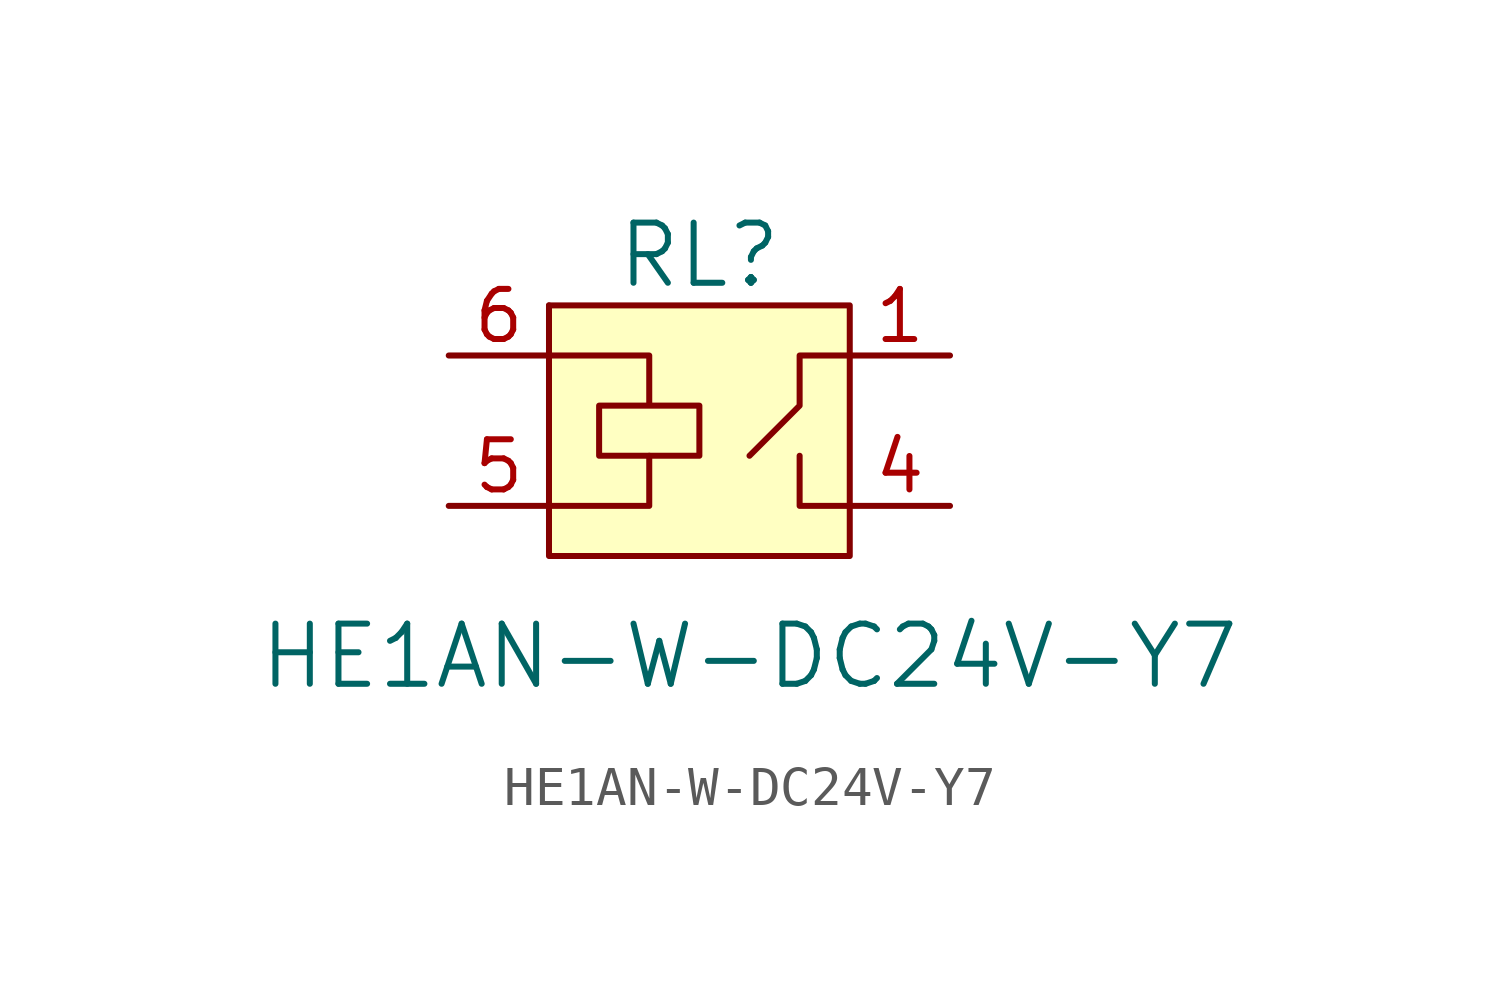
<source format=kicad_sym>
(kicad_symbol_lib
  (version 20231120)
  (generator "kicad_symbol_editor")
  (generator_version "8.0")
  (symbol "HE1AN-W-DC24V-Y7"
    (pin_names
      (offset 1.016))
    (property "Reference" "RL"
      (at 0 9.525 0)
      (effects (font (size 1.524 1.524))))
    (property "Value" "HE1AN-W-DC24V-Y7"
      (at 1.27 -0.635 0)
      (effects (font (size 1.524 1.524))))
    (symbol "HE1AN-W-DC24V-Y7_0_1"
      (rectangle (start -3.81 8.255) (end -3.81 8.255) (stroke (width 0) (type default)) (fill (type none)))
      (rectangle (start -3.81 8.255) (end 3.81 1.905) (stroke (width 0) (type default)) (fill (type background)))
      (polyline (pts (xy -1.27 4.445) (xy -1.27 3.175) (xy -3.81 3.175)) (stroke (width 0) (type default)) (fill (type none)))
      (polyline (pts (xy 2.54 4.445) (xy 2.54 3.175) (xy 3.81 3.175)) (stroke (width 0) (type default)) (fill (type none)))
      (polyline (pts (xy 3.81 6.985) (xy 2.54 6.985) (xy 2.54 5.715) (xy 1.27 4.445)) (stroke (width 0) (type default)) (fill (type none)))
      (polyline (pts (xy -3.81 6.985) (xy -1.27 6.985) (xy -1.27 5.715) (xy -2.54 5.715) (xy -2.54 4.445) (xy 0 4.445) (xy 0 5.715) (xy -1.27 5.715)) (stroke (width 0) (type default)) (fill (type none))))
    (symbol "HE1AN-W-DC24V-Y7_1_1"
      (pin passive line (at 6.35 6.985 180) (length 2.54) (name "~" (effects (font (size 1.27 1.27)))) (number "1" (effects (font (size 1.27 1.27)))))
      (pin passive line (at 6.35 3.175 180) (length 2.54) (name "~" (effects (font (size 1.27 1.27)))) (number "4" (effects (font (size 1.27 1.27)))))
      (pin passive line (at -6.35 3.175 0) (length 2.54) (name "" (effects (font (size 1.27 1.27)))) (number "5" (effects (font (size 1.27 1.27)))))
      (pin passive line (at -6.35 6.985 0) (length 2.54) (name "~" (effects (font (size 1.27 1.27)))) (number "6" (effects (font (size 1.27 1.27))))))))
</source>
